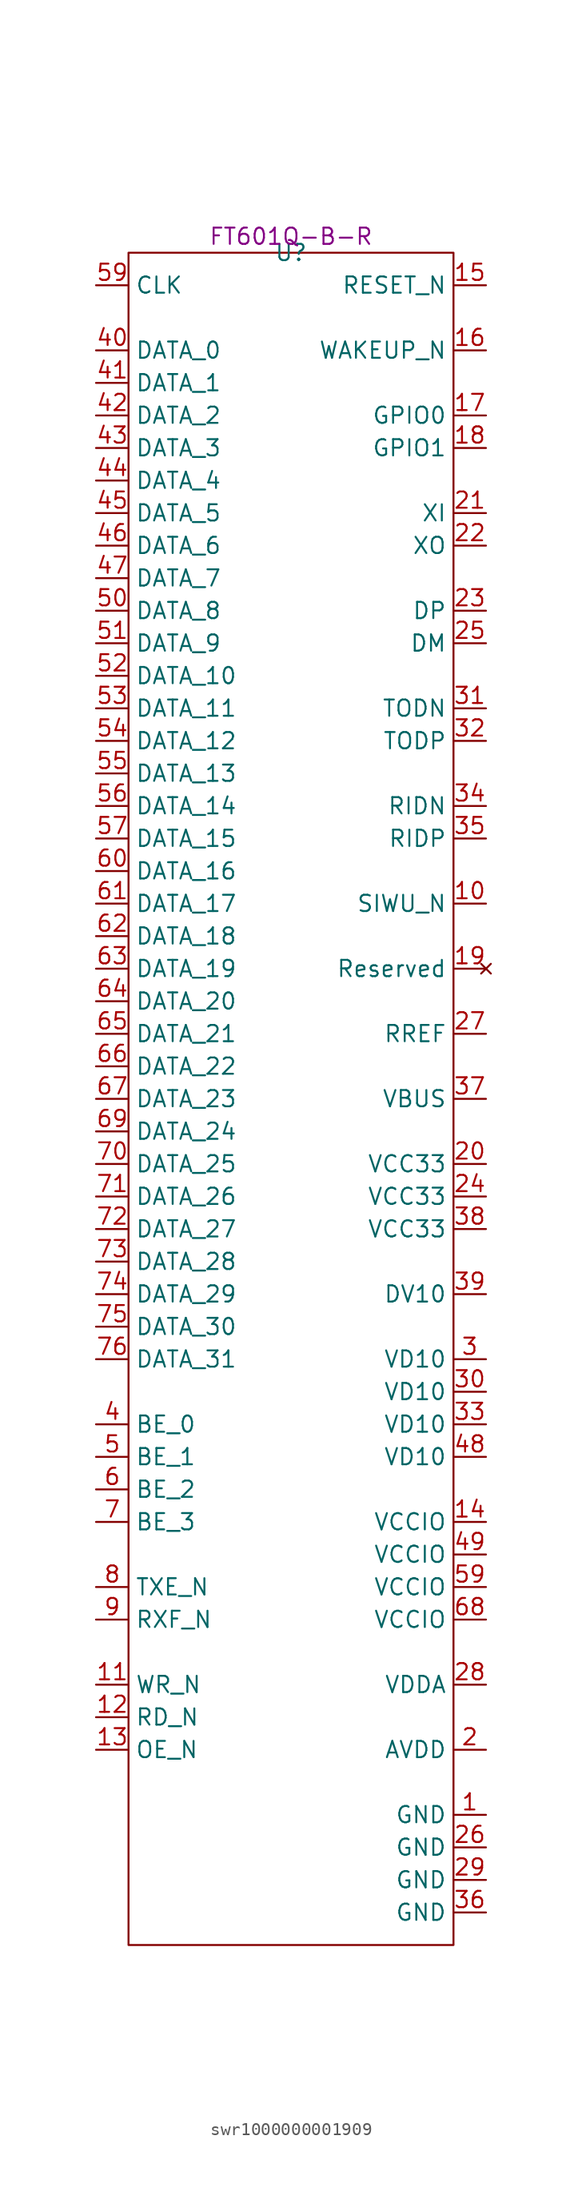
<source format=kicad_sym>
(kicad_symbol_lib
  (version 20211014)
  (generator kicad_symbol_editor)
  (symbol "swr1000000001909"
    (property "Reference" "U"
      (at 0 0 0)
      (effects (font (size 1.27 1.27))))
    (property "PartValue" "FT601Q-B-R"
      (at 0 1.27 0)
      (effects (font (size 1.27 1.27))))
    (symbol "swr1000000001909_0_0"
      (pin power_in line (at 15.24 -121.92 180) (length 2.54) (name "GND" (effects (font (size 1.27 1.27)))) (number "1" (effects (font (size 1.27 1.27)))))
      (pin input line (at 15.24 -50.8 180) (length 2.54) (name "SIWU_N" (effects (font (size 1.27 1.27)))) (number "10" (effects (font (size 1.27 1.27)))))
      (pin input line (at -15.24 -111.76 0) (length 2.54) (name "WR_N" (effects (font (size 1.27 1.27)))) (number "11" (effects (font (size 1.27 1.27)))))
      (pin input line (at -15.24 -114.3 0) (length 2.54) (name "RD_N" (effects (font (size 1.27 1.27)))) (number "12" (effects (font (size 1.27 1.27)))))
      (pin input line (at -15.24 -116.84 0) (length 2.54) (name "OE_N" (effects (font (size 1.27 1.27)))) (number "13" (effects (font (size 1.27 1.27)))))
      (pin power_in line (at 15.24 -99.06 180) (length 2.54) (name "VCCIO" (effects (font (size 1.27 1.27)))) (number "14" (effects (font (size 1.27 1.27)))))
      (pin input line (at 15.24 -2.54 180) (length 2.54) (name "RESET_N" (effects (font (size 1.27 1.27)))) (number "15" (effects (font (size 1.27 1.27)))))
      (pin input line (at 15.24 -7.62 180) (length 2.54) (name "WAKEUP_N" (effects (font (size 1.27 1.27)))) (number "16" (effects (font (size 1.27 1.27)))))
      (pin bidirectional line (at 15.24 -12.7 180) (length 2.54) (name "GPIO0" (effects (font (size 1.27 1.27)))) (number "17" (effects (font (size 1.27 1.27)))))
      (pin bidirectional line (at 15.24 -15.24 180) (length 2.54) (name "GPIO1" (effects (font (size 1.27 1.27)))) (number "18" (effects (font (size 1.27 1.27)))))
      (pin no_connect line (at 15.24 -55.88 180) (length 2.54) (name "Reserved" (effects (font (size 1.27 1.27)))) (number "19" (effects (font (size 1.27 1.27)))))
      (pin power_in line (at 15.24 -116.84 180) (length 2.54) (name "AVDD" (effects (font (size 1.27 1.27)))) (number "2" (effects (font (size 1.27 1.27)))))
      (pin power_in line (at 15.24 -71.12 180) (length 2.54) (name "VCC33" (effects (font (size 1.27 1.27)))) (number "20" (effects (font (size 1.27 1.27)))))
      (pin input line (at 15.24 -20.32 180) (length 2.54) (name "XI" (effects (font (size 1.27 1.27)))) (number "21" (effects (font (size 1.27 1.27)))))
      (pin output line (at 15.24 -22.86 180) (length 2.54) (name "XO" (effects (font (size 1.27 1.27)))) (number "22" (effects (font (size 1.27 1.27)))))
      (pin bidirectional line (at 15.24 -27.94 180) (length 2.54) (name "DP" (effects (font (size 1.27 1.27)))) (number "23" (effects (font (size 1.27 1.27)))))
      (pin power_in line (at 15.24 -73.66 180) (length 2.54) (name "VCC33" (effects (font (size 1.27 1.27)))) (number "24" (effects (font (size 1.27 1.27)))))
      (pin bidirectional line (at 15.24 -30.48 180) (length 2.54) (name "DM" (effects (font (size 1.27 1.27)))) (number "25" (effects (font (size 1.27 1.27)))))
      (pin power_in line (at 15.24 -124.46 180) (length 2.54) (name "GND" (effects (font (size 1.27 1.27)))) (number "26" (effects (font (size 1.27 1.27)))))
      (pin input line (at 15.24 -60.96 180) (length 2.54) (name "RREF" (effects (font (size 1.27 1.27)))) (number "27" (effects (font (size 1.27 1.27)))))
      (pin power_in line (at 15.24 -111.76 180) (length 2.54) (name "VDDA" (effects (font (size 1.27 1.27)))) (number "28" (effects (font (size 1.27 1.27)))))
      (pin power_in line (at 15.24 -127 180) (length 2.54) (name "GND" (effects (font (size 1.27 1.27)))) (number "29" (effects (font (size 1.27 1.27)))))
      (pin power_in line (at 15.24 -86.36 180) (length 2.54) (name "VD10" (effects (font (size 1.27 1.27)))) (number "3" (effects (font (size 1.27 1.27)))))
      (pin power_in line (at 15.24 -88.9 180) (length 2.54) (name "VD10" (effects (font (size 1.27 1.27)))) (number "30" (effects (font (size 1.27 1.27)))))
      (pin output line (at 15.24 -35.56 180) (length 2.54) (name "TODN" (effects (font (size 1.27 1.27)))) (number "31" (effects (font (size 1.27 1.27)))))
      (pin output line (at 15.24 -38.1 180) (length 2.54) (name "TODP" (effects (font (size 1.27 1.27)))) (number "32" (effects (font (size 1.27 1.27)))))
      (pin power_in line (at 15.24 -91.44 180) (length 2.54) (name "VD10" (effects (font (size 1.27 1.27)))) (number "33" (effects (font (size 1.27 1.27)))))
      (pin input line (at 15.24 -43.18 180) (length 2.54) (name "RIDN" (effects (font (size 1.27 1.27)))) (number "34" (effects (font (size 1.27 1.27)))))
      (pin input line (at 15.24 -45.72 180) (length 2.54) (name "RIDP" (effects (font (size 1.27 1.27)))) (number "35" (effects (font (size 1.27 1.27)))))
      (pin power_in line (at 15.24 -129.54 180) (length 2.54) (name "GND" (effects (font (size 1.27 1.27)))) (number "36" (effects (font (size 1.27 1.27)))))
      (pin input line (at 15.24 -66.04 180) (length 2.54) (name "VBUS" (effects (font (size 1.27 1.27)))) (number "37" (effects (font (size 1.27 1.27)))))
      (pin power_in line (at 15.24 -76.2 180) (length 2.54) (name "VCC33" (effects (font (size 1.27 1.27)))) (number "38" (effects (font (size 1.27 1.27)))))
      (pin output line (at 15.24 -81.28 180) (length 2.54) (name "DV10" (effects (font (size 1.27 1.27)))) (number "39" (effects (font (size 1.27 1.27)))))
      (pin bidirectional line (at -15.24 -91.44 0) (length 2.54) (name "BE_0" (effects (font (size 1.27 1.27)))) (number "4" (effects (font (size 1.27 1.27)))))
      (pin bidirectional line (at -15.24 -7.62 0) (length 2.54) (name "DATA_0" (effects (font (size 1.27 1.27)))) (number "40" (effects (font (size 1.27 1.27)))))
      (pin bidirectional line (at -15.24 -10.16 0) (length 2.54) (name "DATA_1" (effects (font (size 1.27 1.27)))) (number "41" (effects (font (size 1.27 1.27)))))
      (pin bidirectional line (at -15.24 -12.7 0) (length 2.54) (name "DATA_2" (effects (font (size 1.27 1.27)))) (number "42" (effects (font (size 1.27 1.27)))))
      (pin bidirectional line (at -15.24 -15.24 0) (length 2.54) (name "DATA_3" (effects (font (size 1.27 1.27)))) (number "43" (effects (font (size 1.27 1.27)))))
      (pin bidirectional line (at -15.24 -17.78 0) (length 2.54) (name "DATA_4" (effects (font (size 1.27 1.27)))) (number "44" (effects (font (size 1.27 1.27)))))
      (pin bidirectional line (at -15.24 -20.32 0) (length 2.54) (name "DATA_5" (effects (font (size 1.27 1.27)))) (number "45" (effects (font (size 1.27 1.27)))))
      (pin bidirectional line (at -15.24 -22.86 0) (length 2.54) (name "DATA_6" (effects (font (size 1.27 1.27)))) (number "46" (effects (font (size 1.27 1.27)))))
      (pin bidirectional line (at -15.24 -25.4 0) (length 2.54) (name "DATA_7" (effects (font (size 1.27 1.27)))) (number "47" (effects (font (size 1.27 1.27)))))
      (pin power_in line (at 15.24 -93.98 180) (length 2.54) (name "VD10" (effects (font (size 1.27 1.27)))) (number "48" (effects (font (size 1.27 1.27)))))
      (pin power_in line (at 15.24 -101.6 180) (length 2.54) (name "VCCIO" (effects (font (size 1.27 1.27)))) (number "49" (effects (font (size 1.27 1.27)))))
      (pin bidirectional line (at -15.24 -93.98 0) (length 2.54) (name "BE_1" (effects (font (size 1.27 1.27)))) (number "5" (effects (font (size 1.27 1.27)))))
      (pin bidirectional line (at -15.24 -27.94 0) (length 2.54) (name "DATA_8" (effects (font (size 1.27 1.27)))) (number "50" (effects (font (size 1.27 1.27)))))
      (pin bidirectional line (at -15.24 -30.48 0) (length 2.54) (name "DATA_9" (effects (font (size 1.27 1.27)))) (number "51" (effects (font (size 1.27 1.27)))))
      (pin bidirectional line (at -15.24 -33.02 0) (length 2.54) (name "DATA_10" (effects (font (size 1.27 1.27)))) (number "52" (effects (font (size 1.27 1.27)))))
      (pin bidirectional line (at -15.24 -35.56 0) (length 2.54) (name "DATA_11" (effects (font (size 1.27 1.27)))) (number "53" (effects (font (size 1.27 1.27)))))
      (pin bidirectional line (at -15.24 -38.1 0) (length 2.54) (name "DATA_12" (effects (font (size 1.27 1.27)))) (number "54" (effects (font (size 1.27 1.27)))))
      (pin bidirectional line (at -15.24 -40.64 0) (length 2.54) (name "DATA_13" (effects (font (size 1.27 1.27)))) (number "55" (effects (font (size 1.27 1.27)))))
      (pin bidirectional line (at -15.24 -43.18 0) (length 2.54) (name "DATA_14" (effects (font (size 1.27 1.27)))) (number "56" (effects (font (size 1.27 1.27)))))
      (pin bidirectional line (at -15.24 -45.72 0) (length 2.54) (name "DATA_15" (effects (font (size 1.27 1.27)))) (number "57" (effects (font (size 1.27 1.27)))))
      (pin output line (at -15.24 -2.54 0) (length 2.54) (name "CLK" (effects (font (size 1.27 1.27)))) (number "59" (effects (font (size 1.27 1.27)))))
      (pin power_in line (at 15.24 -104.14 180) (length 2.54) (name "VCCIO" (effects (font (size 1.27 1.27)))) (number "59" (effects (font (size 1.27 1.27)))))
      (pin bidirectional line (at -15.24 -96.52 0) (length 2.54) (name "BE_2" (effects (font (size 1.27 1.27)))) (number "6" (effects (font (size 1.27 1.27)))))
      (pin bidirectional line (at -15.24 -48.26 0) (length 2.54) (name "DATA_16" (effects (font (size 1.27 1.27)))) (number "60" (effects (font (size 1.27 1.27)))))
      (pin bidirectional line (at -15.24 -50.8 0) (length 2.54) (name "DATA_17" (effects (font (size 1.27 1.27)))) (number "61" (effects (font (size 1.27 1.27)))))
      (pin bidirectional line (at -15.24 -53.34 0) (length 2.54) (name "DATA_18" (effects (font (size 1.27 1.27)))) (number "62" (effects (font (size 1.27 1.27)))))
      (pin bidirectional line (at -15.24 -55.88 0) (length 2.54) (name "DATA_19" (effects (font (size 1.27 1.27)))) (number "63" (effects (font (size 1.27 1.27)))))
      (pin bidirectional line (at -15.24 -58.42 0) (length 2.54) (name "DATA_20" (effects (font (size 1.27 1.27)))) (number "64" (effects (font (size 1.27 1.27)))))
      (pin bidirectional line (at -15.24 -60.96 0) (length 2.54) (name "DATA_21" (effects (font (size 1.27 1.27)))) (number "65" (effects (font (size 1.27 1.27)))))
      (pin bidirectional line (at -15.24 -63.5 0) (length 2.54) (name "DATA_22" (effects (font (size 1.27 1.27)))) (number "66" (effects (font (size 1.27 1.27)))))
      (pin bidirectional line (at -15.24 -66.04 0) (length 2.54) (name "DATA_23" (effects (font (size 1.27 1.27)))) (number "67" (effects (font (size 1.27 1.27)))))
      (pin power_in line (at 15.24 -106.68 180) (length 2.54) (name "VCCIO" (effects (font (size 1.27 1.27)))) (number "68" (effects (font (size 1.27 1.27)))))
      (pin bidirectional line (at -15.24 -68.58 0) (length 2.54) (name "DATA_24" (effects (font (size 1.27 1.27)))) (number "69" (effects (font (size 1.27 1.27)))))
      (pin bidirectional line (at -15.24 -99.06 0) (length 2.54) (name "BE_3" (effects (font (size 1.27 1.27)))) (number "7" (effects (font (size 1.27 1.27)))))
      (pin bidirectional line (at -15.24 -71.12 0) (length 2.54) (name "DATA_25" (effects (font (size 1.27 1.27)))) (number "70" (effects (font (size 1.27 1.27)))))
      (pin bidirectional line (at -15.24 -73.66 0) (length 2.54) (name "DATA_26" (effects (font (size 1.27 1.27)))) (number "71" (effects (font (size 1.27 1.27)))))
      (pin bidirectional line (at -15.24 -76.2 0) (length 2.54) (name "DATA_27" (effects (font (size 1.27 1.27)))) (number "72" (effects (font (size 1.27 1.27)))))
      (pin bidirectional line (at -15.24 -78.74 0) (length 2.54) (name "DATA_28" (effects (font (size 1.27 1.27)))) (number "73" (effects (font (size 1.27 1.27)))))
      (pin bidirectional line (at -15.24 -81.28 0) (length 2.54) (name "DATA_29" (effects (font (size 1.27 1.27)))) (number "74" (effects (font (size 1.27 1.27)))))
      (pin bidirectional line (at -15.24 -83.82 0) (length 2.54) (name "DATA_30" (effects (font (size 1.27 1.27)))) (number "75" (effects (font (size 1.27 1.27)))))
      (pin bidirectional line (at -15.24 -86.36 0) (length 2.54) (name "DATA_31" (effects (font (size 1.27 1.27)))) (number "76" (effects (font (size 1.27 1.27)))))
      (pin output line (at -15.24 -104.14 0) (length 2.54) (name "TXE_N" (effects (font (size 1.27 1.27)))) (number "8" (effects (font (size 1.27 1.27)))))
      (pin output line (at -15.24 -106.68 0) (length 2.54) (name "RXF_N" (effects (font (size 1.27 1.27)))) (number "9" (effects (font (size 1.27 1.27))))))
    (symbol "swr1000000001909_0_1"
      (rectangle (start -12.7 0) (end 12.7 -132.08) (stroke (width 0) (type default) (color 0 0 0 0)) (fill (type none))))))
</source>
